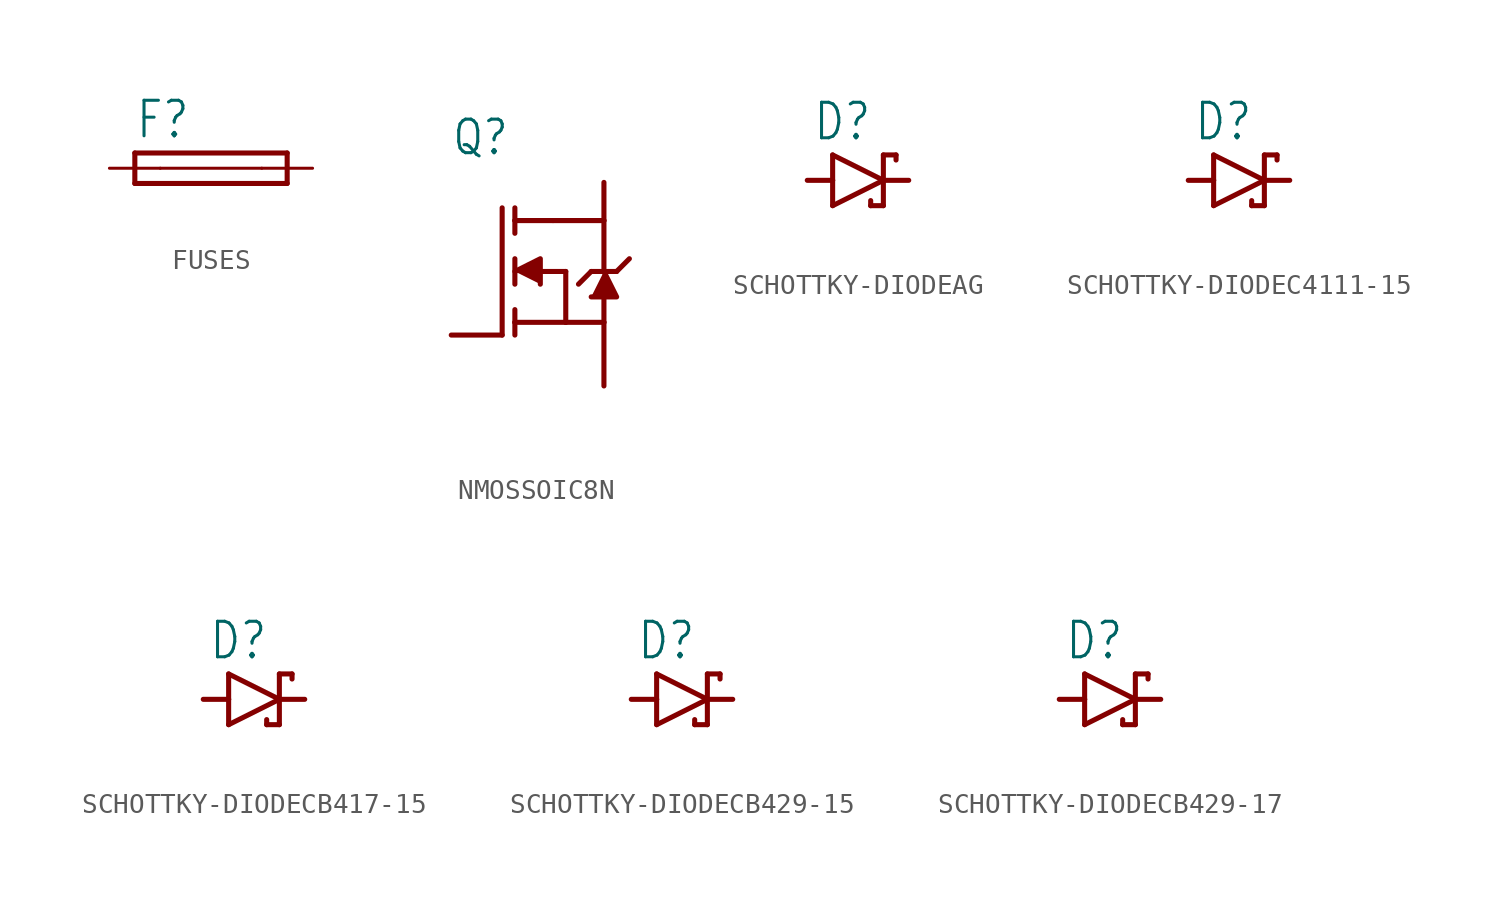
<source format=kicad_sym>
(kicad_symbol_lib
  (version 20220914)
  (generator kicad_symbol_editor)
  (symbol "FUSES"
    (property "Reference" "F"
      (at -3.81 1.397 0)
      (effects (font (size 1.778 1.511)) (justify left bottom)))
    (property "Value" ""
      (at -3.81 -2.921 0)
      (effects (font (size 1.778 1.511)) (justify left bottom)))
    (property "ki_locked" ""
      (at 0 0 0)
      (effects (font (size 1.27 1.27))))
    (symbol "FUSES_1_0"
      (polyline (pts (xy -3.81 -0.762) (xy 3.81 -0.762)) (stroke (width 0.254) (type solid)) (fill (type none)))
      (polyline (pts (xy -3.81 0.762) (xy -3.81 -0.762)) (stroke (width 0.254) (type solid)) (fill (type none)))
      (polyline (pts (xy -2.54 0) (xy 2.54 0)) (stroke (width 0.152) (type solid)) (fill (type none)))
      (polyline (pts (xy 3.81 -0.762) (xy 3.81 0.762)) (stroke (width 0.254) (type solid)) (fill (type none)))
      (polyline (pts (xy 3.81 0.762) (xy -3.81 0.762)) (stroke (width 0.254) (type solid)) (fill (type none)))
      (pin passive line (at -5.08 0 0) (length 2.54) (name "1" (effects (font (size 0 0)))) (number "1" (effects (font (size 0 0)))))
      (pin passive line (at 5.08 0 180) (length 2.54) (name "2" (effects (font (size 0 0)))) (number "2" (effects (font (size 0 0)))))))
  (symbol "NMOSSOIC8N"
    (property "Reference" "Q"
      (at -7.62 6.35 0)
      (effects (font (size 1.676 1.425)) (justify left bottom)))
    (property "Value" ""
      (at -7.62 -7.62 0)
      (effects (font (size 1.676 1.425)) (justify left bottom)))
    (property "ki_locked" ""
      (at 0 0 0)
      (effects (font (size 1.27 1.27))))
    (symbol "NMOSSOIC8N_1_0"
      (polyline (pts (xy -5.08 -2.54) (xy -7.62 -2.54)) (stroke (width 0.254) (type solid)) (fill (type none)))
      (polyline (pts (xy -5.08 3.81) (xy -5.08 -2.54)) (stroke (width 0.254) (type solid)) (fill (type none)))
      (polyline (pts (xy -4.445 -1.905) (xy -4.445 -2.54)) (stroke (width 0.254) (type solid)) (fill (type none)))
      (polyline (pts (xy -4.445 -1.27) (xy -4.445 -1.905)) (stroke (width 0.254) (type solid)) (fill (type none)))
      (polyline (pts (xy -4.445 1.27) (xy -4.445 0)) (stroke (width 0.254) (type solid)) (fill (type none)))
      (polyline (pts (xy -4.445 3.175) (xy -4.445 2.54)) (stroke (width 0.254) (type solid)) (fill (type none)))
      (polyline (pts (xy -4.445 3.175) (xy -2.54 3.175)) (stroke (width 0.254) (type solid)) (fill (type none)))
      (polyline (pts (xy -4.445 3.81) (xy -4.445 3.175)) (stroke (width 0.254) (type solid)) (fill (type none)))
      (polyline (pts (xy -3.175 0.635) (xy -1.905 0.635)) (stroke (width 0.254) (type solid)) (fill (type none)))
      (polyline (pts (xy -1.905 -1.905) (xy -4.445 -1.905)) (stroke (width 0.254) (type solid)) (fill (type none)))
      (polyline (pts (xy -1.905 -1.905) (xy 0 -1.905)) (stroke (width 0.254) (type solid)) (fill (type none)))
      (polyline (pts (xy -1.905 0.635) (xy -1.905 -1.905)) (stroke (width 0.254) (type solid)) (fill (type none)))
      (polyline (pts (xy -1.27 0) (xy -0.635 0.635)) (stroke (width 0.254) (type solid)) (fill (type none)))
      (polyline (pts (xy -0.635 0.635) (xy 0 0.635)) (stroke (width 0.254) (type solid)) (fill (type none)))
      (polyline (pts (xy 0 -1.905) (xy 0 -5.08)) (stroke (width 0.254) (type solid)) (fill (type none)))
      (polyline (pts (xy 0 -1.905) (xy 0 -0.635)) (stroke (width 0.254) (type solid)) (fill (type none)))
      (polyline (pts (xy 0 0.635) (xy 0 3.175)) (stroke (width 0.254) (type solid)) (fill (type none)))
      (polyline (pts (xy 0 0.635) (xy 0.635 0.635)) (stroke (width 0.254) (type solid)) (fill (type none)))
      (polyline (pts (xy 0 3.175) (xy -2.54 3.175)) (stroke (width 0.254) (type solid)) (fill (type none)))
      (polyline (pts (xy 0 3.175) (xy 0 5.08)) (stroke (width 0.254) (type solid)) (fill (type none)))
      (polyline (pts (xy 0.635 0.635) (xy 1.27 1.27)) (stroke (width 0.254) (type solid)) (fill (type none)))
      (polyline (pts (xy -4.445 0.635) (xy -3.175 1.27) (xy -3.175 0)) (stroke (width 0.254) (type solid)) (fill (type outline)))
      (polyline (pts (xy 0 0.635) (xy 0.635 -0.635) (xy -0.635 -0.635)) (stroke (width 0.254) (type solid)) (fill (type outline)))
      (pin passive line (at 0 -5.08 0) (length 0) (name "S" (effects (font (size 0 0)))) (number "1" (effects (font (size 0 0)))))
      (pin passive line (at 0 -5.08 0) (length 0) (name "S" (effects (font (size 0 0)))) (number "2" (effects (font (size 0 0)))))
      (pin passive line (at 0 -5.08 0) (length 0) (name "S" (effects (font (size 0 0)))) (number "3" (effects (font (size 0 0)))))
      (pin passive line (at -7.62 -2.54 180) (length 0) (name "G" (effects (font (size 0 0)))) (number "4" (effects (font (size 0 0)))))
      (pin passive line (at 0 5.08 0) (length 0) (name "D" (effects (font (size 0 0)))) (number "5" (effects (font (size 0 0)))))
      (pin passive line (at 0 5.08 0) (length 0) (name "D" (effects (font (size 0 0)))) (number "6" (effects (font (size 0 0)))))
      (pin passive line (at 0 5.08 0) (length 0) (name "D" (effects (font (size 0 0)))) (number "7" (effects (font (size 0 0)))))
      (pin passive line (at 0 5.08 0) (length 0) (name "D" (effects (font (size 0 0)))) (number "8" (effects (font (size 0 0)))))))
  (symbol "SCHOTTKY-DIODEAG"
    (property "Reference" "D"
      (at -2.286 1.905 0)
      (effects (font (size 1.778 1.511)) (justify left bottom)))
    (property "Value" ""
      (at -2.286 -3.429 0)
      (effects (font (size 1.778 1.511)) (justify left bottom)))
    (property "ki_locked" ""
      (at 0 0 0)
      (effects (font (size 1.27 1.27))))
    (symbol "SCHOTTKY-DIODEAG_1_0"
      (polyline (pts (xy -1.27 -1.27) (xy 1.27 0)) (stroke (width 0.254) (type solid)) (fill (type none)))
      (polyline (pts (xy -1.27 0) (xy -2.54 0)) (stroke (width 0.254) (type solid)) (fill (type none)))
      (polyline (pts (xy -1.27 0) (xy -1.27 -1.27)) (stroke (width 0.254) (type solid)) (fill (type none)))
      (polyline (pts (xy -1.27 1.27) (xy -1.27 0)) (stroke (width 0.254) (type solid)) (fill (type none)))
      (polyline (pts (xy 0.635 -1.016) (xy 0.635 -1.27)) (stroke (width 0.254) (type solid)) (fill (type none)))
      (polyline (pts (xy 1.27 -1.27) (xy 0.635 -1.27)) (stroke (width 0.254) (type solid)) (fill (type none)))
      (polyline (pts (xy 1.27 0) (xy -1.27 1.27)) (stroke (width 0.254) (type solid)) (fill (type none)))
      (polyline (pts (xy 1.27 0) (xy 1.27 -1.27)) (stroke (width 0.254) (type solid)) (fill (type none)))
      (polyline (pts (xy 1.27 0) (xy 2.54 0)) (stroke (width 0.254) (type solid)) (fill (type none)))
      (polyline (pts (xy 1.27 1.27) (xy 1.27 0)) (stroke (width 0.254) (type solid)) (fill (type none)))
      (polyline (pts (xy 1.905 1.27) (xy 1.27 1.27)) (stroke (width 0.254) (type solid)) (fill (type none)))
      (polyline (pts (xy 1.905 1.27) (xy 1.905 1.016)) (stroke (width 0.254) (type solid)) (fill (type none)))
      (pin passive line (at -2.54 0 0) (length 0) (name "A" (effects (font (size 0 0)))) (number "A" (effects (font (size 0 0)))))
      (pin passive line (at 2.54 0 180) (length 0) (name "C" (effects (font (size 0 0)))) (number "C" (effects (font (size 0 0)))))))
  (symbol "SCHOTTKY-DIODEC4111-15"
    (property "Reference" "D"
      (at -2.286 1.905 0)
      (effects (font (size 1.778 1.511)) (justify left bottom)))
    (property "Value" ""
      (at -2.286 -3.429 0)
      (effects (font (size 1.778 1.511)) (justify left bottom)))
    (property "ki_locked" ""
      (at 0 0 0)
      (effects (font (size 1.27 1.27))))
    (symbol "SCHOTTKY-DIODEC4111-15_1_0"
      (polyline (pts (xy -1.27 -1.27) (xy 1.27 0)) (stroke (width 0.254) (type solid)) (fill (type none)))
      (polyline (pts (xy -1.27 0) (xy -2.54 0)) (stroke (width 0.254) (type solid)) (fill (type none)))
      (polyline (pts (xy -1.27 0) (xy -1.27 -1.27)) (stroke (width 0.254) (type solid)) (fill (type none)))
      (polyline (pts (xy -1.27 1.27) (xy -1.27 0)) (stroke (width 0.254) (type solid)) (fill (type none)))
      (polyline (pts (xy 0.635 -1.016) (xy 0.635 -1.27)) (stroke (width 0.254) (type solid)) (fill (type none)))
      (polyline (pts (xy 1.27 -1.27) (xy 0.635 -1.27)) (stroke (width 0.254) (type solid)) (fill (type none)))
      (polyline (pts (xy 1.27 0) (xy -1.27 1.27)) (stroke (width 0.254) (type solid)) (fill (type none)))
      (polyline (pts (xy 1.27 0) (xy 1.27 -1.27)) (stroke (width 0.254) (type solid)) (fill (type none)))
      (polyline (pts (xy 1.27 0) (xy 2.54 0)) (stroke (width 0.254) (type solid)) (fill (type none)))
      (polyline (pts (xy 1.27 1.27) (xy 1.27 0)) (stroke (width 0.254) (type solid)) (fill (type none)))
      (polyline (pts (xy 1.905 1.27) (xy 1.27 1.27)) (stroke (width 0.254) (type solid)) (fill (type none)))
      (polyline (pts (xy 1.905 1.27) (xy 1.905 1.016)) (stroke (width 0.254) (type solid)) (fill (type none)))
      (pin passive line (at -2.54 0 0) (length 0) (name "A" (effects (font (size 0 0)))) (number "A" (effects (font (size 0 0)))))
      (pin passive line (at 2.54 0 180) (length 0) (name "C" (effects (font (size 0 0)))) (number "C" (effects (font (size 0 0)))))))
  (symbol "SCHOTTKY-DIODECB417-15"
    (property "Reference" "D"
      (at -2.286 1.905 0)
      (effects (font (size 1.778 1.511)) (justify left bottom)))
    (property "Value" ""
      (at -2.286 -3.429 0)
      (effects (font (size 1.778 1.511)) (justify left bottom)))
    (property "ki_locked" ""
      (at 0 0 0)
      (effects (font (size 1.27 1.27))))
    (symbol "SCHOTTKY-DIODECB417-15_1_0"
      (polyline (pts (xy -1.27 -1.27) (xy 1.27 0)) (stroke (width 0.254) (type solid)) (fill (type none)))
      (polyline (pts (xy -1.27 0) (xy -2.54 0)) (stroke (width 0.254) (type solid)) (fill (type none)))
      (polyline (pts (xy -1.27 0) (xy -1.27 -1.27)) (stroke (width 0.254) (type solid)) (fill (type none)))
      (polyline (pts (xy -1.27 1.27) (xy -1.27 0)) (stroke (width 0.254) (type solid)) (fill (type none)))
      (polyline (pts (xy 0.635 -1.016) (xy 0.635 -1.27)) (stroke (width 0.254) (type solid)) (fill (type none)))
      (polyline (pts (xy 1.27 -1.27) (xy 0.635 -1.27)) (stroke (width 0.254) (type solid)) (fill (type none)))
      (polyline (pts (xy 1.27 0) (xy -1.27 1.27)) (stroke (width 0.254) (type solid)) (fill (type none)))
      (polyline (pts (xy 1.27 0) (xy 1.27 -1.27)) (stroke (width 0.254) (type solid)) (fill (type none)))
      (polyline (pts (xy 1.27 0) (xy 2.54 0)) (stroke (width 0.254) (type solid)) (fill (type none)))
      (polyline (pts (xy 1.27 1.27) (xy 1.27 0)) (stroke (width 0.254) (type solid)) (fill (type none)))
      (polyline (pts (xy 1.905 1.27) (xy 1.27 1.27)) (stroke (width 0.254) (type solid)) (fill (type none)))
      (polyline (pts (xy 1.905 1.27) (xy 1.905 1.016)) (stroke (width 0.254) (type solid)) (fill (type none)))
      (pin passive line (at -2.54 0 0) (length 0) (name "A" (effects (font (size 0 0)))) (number "A" (effects (font (size 0 0)))))
      (pin passive line (at 2.54 0 180) (length 0) (name "C" (effects (font (size 0 0)))) (number "C" (effects (font (size 0 0)))))))
  (symbol "SCHOTTKY-DIODECB429-15"
    (property "Reference" "D"
      (at -2.286 1.905 0)
      (effects (font (size 1.778 1.511)) (justify left bottom)))
    (property "Value" ""
      (at -2.286 -3.429 0)
      (effects (font (size 1.778 1.511)) (justify left bottom)))
    (property "ki_locked" ""
      (at 0 0 0)
      (effects (font (size 1.27 1.27))))
    (symbol "SCHOTTKY-DIODECB429-15_1_0"
      (polyline (pts (xy -1.27 -1.27) (xy 1.27 0)) (stroke (width 0.254) (type solid)) (fill (type none)))
      (polyline (pts (xy -1.27 0) (xy -2.54 0)) (stroke (width 0.254) (type solid)) (fill (type none)))
      (polyline (pts (xy -1.27 0) (xy -1.27 -1.27)) (stroke (width 0.254) (type solid)) (fill (type none)))
      (polyline (pts (xy -1.27 1.27) (xy -1.27 0)) (stroke (width 0.254) (type solid)) (fill (type none)))
      (polyline (pts (xy 0.635 -1.016) (xy 0.635 -1.27)) (stroke (width 0.254) (type solid)) (fill (type none)))
      (polyline (pts (xy 1.27 -1.27) (xy 0.635 -1.27)) (stroke (width 0.254) (type solid)) (fill (type none)))
      (polyline (pts (xy 1.27 0) (xy -1.27 1.27)) (stroke (width 0.254) (type solid)) (fill (type none)))
      (polyline (pts (xy 1.27 0) (xy 1.27 -1.27)) (stroke (width 0.254) (type solid)) (fill (type none)))
      (polyline (pts (xy 1.27 0) (xy 2.54 0)) (stroke (width 0.254) (type solid)) (fill (type none)))
      (polyline (pts (xy 1.27 1.27) (xy 1.27 0)) (stroke (width 0.254) (type solid)) (fill (type none)))
      (polyline (pts (xy 1.905 1.27) (xy 1.27 1.27)) (stroke (width 0.254) (type solid)) (fill (type none)))
      (polyline (pts (xy 1.905 1.27) (xy 1.905 1.016)) (stroke (width 0.254) (type solid)) (fill (type none)))
      (pin passive line (at -2.54 0 0) (length 0) (name "A" (effects (font (size 0 0)))) (number "A" (effects (font (size 0 0)))))
      (pin passive line (at 2.54 0 180) (length 0) (name "C" (effects (font (size 0 0)))) (number "C" (effects (font (size 0 0)))))))
  (symbol "SCHOTTKY-DIODECB429-17"
    (property "Reference" "D"
      (at -2.286 1.905 0)
      (effects (font (size 1.778 1.511)) (justify left bottom)))
    (property "Value" ""
      (at -2.286 -3.429 0)
      (effects (font (size 1.778 1.511)) (justify left bottom)))
    (property "ki_locked" ""
      (at 0 0 0)
      (effects (font (size 1.27 1.27))))
    (symbol "SCHOTTKY-DIODECB429-17_1_0"
      (polyline (pts (xy -1.27 -1.27) (xy 1.27 0)) (stroke (width 0.254) (type solid)) (fill (type none)))
      (polyline (pts (xy -1.27 0) (xy -2.54 0)) (stroke (width 0.254) (type solid)) (fill (type none)))
      (polyline (pts (xy -1.27 0) (xy -1.27 -1.27)) (stroke (width 0.254) (type solid)) (fill (type none)))
      (polyline (pts (xy -1.27 1.27) (xy -1.27 0)) (stroke (width 0.254) (type solid)) (fill (type none)))
      (polyline (pts (xy 0.635 -1.016) (xy 0.635 -1.27)) (stroke (width 0.254) (type solid)) (fill (type none)))
      (polyline (pts (xy 1.27 -1.27) (xy 0.635 -1.27)) (stroke (width 0.254) (type solid)) (fill (type none)))
      (polyline (pts (xy 1.27 0) (xy -1.27 1.27)) (stroke (width 0.254) (type solid)) (fill (type none)))
      (polyline (pts (xy 1.27 0) (xy 1.27 -1.27)) (stroke (width 0.254) (type solid)) (fill (type none)))
      (polyline (pts (xy 1.27 0) (xy 2.54 0)) (stroke (width 0.254) (type solid)) (fill (type none)))
      (polyline (pts (xy 1.27 1.27) (xy 1.27 0)) (stroke (width 0.254) (type solid)) (fill (type none)))
      (polyline (pts (xy 1.905 1.27) (xy 1.27 1.27)) (stroke (width 0.254) (type solid)) (fill (type none)))
      (polyline (pts (xy 1.905 1.27) (xy 1.905 1.016)) (stroke (width 0.254) (type solid)) (fill (type none)))
      (pin passive line (at -2.54 0 0) (length 0) (name "A" (effects (font (size 0 0)))) (number "A" (effects (font (size 0 0)))))
      (pin passive line (at 2.54 0 180) (length 0) (name "C" (effects (font (size 0 0)))) (number "C" (effects (font (size 0 0))))))))
</source>
